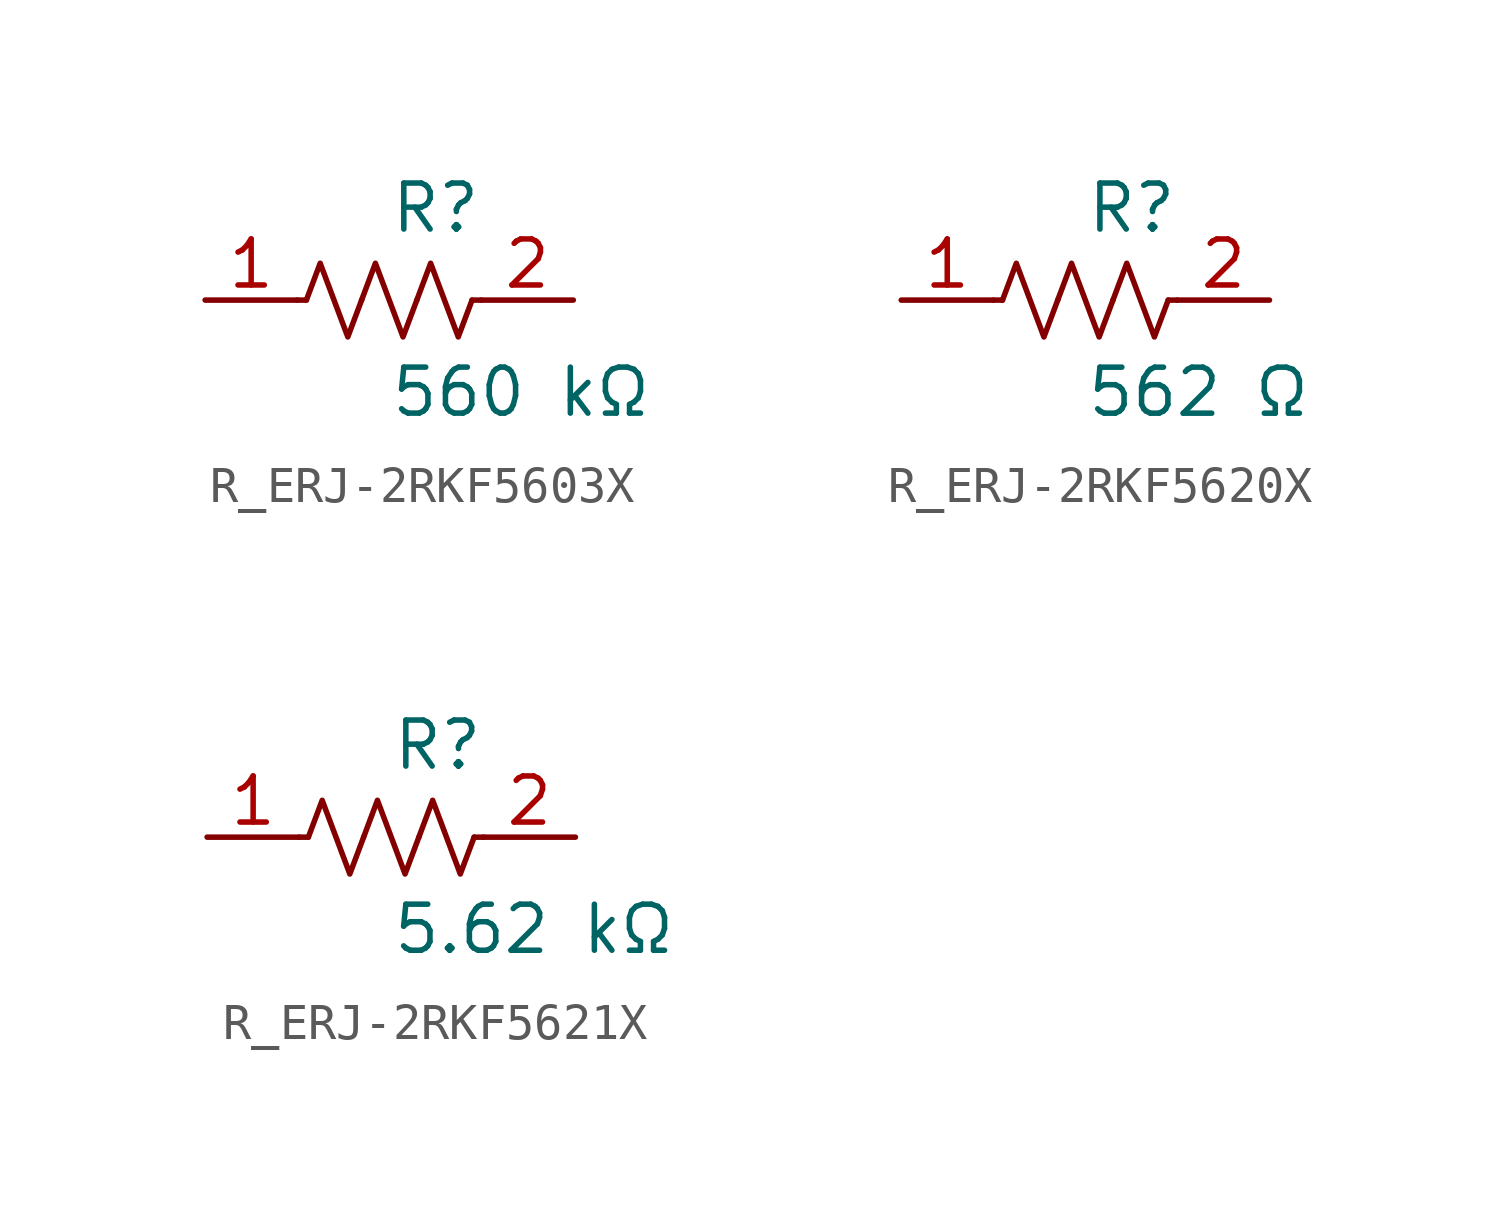
<source format=kicad_sym>
(kicad_symbol_lib
  (version 20231120)
  (generator kicad_symbol_editor)
  (generator_version 8.0)
  (symbol "R_ERJ-2RKF5603X"
    (pin_names
      (offset 0.254))
    (property "Reference" "R"
      (at 0 2.54 0)
      (effects (font (size 1.27 1.27)) (justify left)))
    (property "Value" "560 kΩ"
      (at 0 -2.54 0)
      (effects (font (size 1.27 1.27)) (justify left)))
    (symbol "R_ERJ-2RKF5603X_0_1"
      (polyline (pts (xy 2.286 0) (xy 2.54 0)) (stroke (width 0) (type default)) (fill (type none)))
      (polyline (pts (xy -2.286 0) (xy -2.54 0)) (stroke (width 0) (type default)) (fill (type none)))
      (polyline (pts (xy 0.762 0) (xy 1.143 1.016) (xy 1.524 0) (xy 1.905 -1.016) (xy 2.286 0)) (stroke (width 0) (type default)) (fill (type none)))
      (polyline (pts (xy -0.762 0) (xy -0.381 1.016) (xy 0 0) (xy 0.381 -1.016) (xy 0.762 0)) (stroke (width 0) (type default)) (fill (type none)))
      (polyline (pts (xy -2.286 0) (xy -1.905 1.016) (xy -1.524 0) (xy -1.143 -1.016) (xy -0.762 0)) (stroke (width 0) (type default)) (fill (type none))))
    (pin passive line
      (at -5.08 0 0)
      (length 2.54)
      (name "" (effects (font (size 1.27 1.27))))
      (number "1" (effects (font (size 1.27 1.27)))))
    (pin passive line
      (at 5.08 0 180)
      (length 2.54)
      (name "" (effects (font (size 1.27 1.27))))
      (number "2" (effects (font (size 1.27 1.27))))))
  (symbol "R_ERJ-2RKF5620X"
    (pin_names
      (offset 0.254))
    (property "Reference" "R"
      (at 0 2.54 0)
      (effects (font (size 1.27 1.27)) (justify left)))
    (property "Value" "562 Ω"
      (at 0 -2.54 0)
      (effects (font (size 1.27 1.27)) (justify left)))
    (symbol "R_ERJ-2RKF5620X_0_1"
      (polyline (pts (xy 2.286 0) (xy 2.54 0)) (stroke (width 0) (type default)) (fill (type none)))
      (polyline (pts (xy -2.286 0) (xy -2.54 0)) (stroke (width 0) (type default)) (fill (type none)))
      (polyline (pts (xy 0.762 0) (xy 1.143 1.016) (xy 1.524 0) (xy 1.905 -1.016) (xy 2.286 0)) (stroke (width 0) (type default)) (fill (type none)))
      (polyline (pts (xy -0.762 0) (xy -0.381 1.016) (xy 0 0) (xy 0.381 -1.016) (xy 0.762 0)) (stroke (width 0) (type default)) (fill (type none)))
      (polyline (pts (xy -2.286 0) (xy -1.905 1.016) (xy -1.524 0) (xy -1.143 -1.016) (xy -0.762 0)) (stroke (width 0) (type default)) (fill (type none))))
    (pin passive line
      (at -5.08 0 0)
      (length 2.54)
      (name "" (effects (font (size 1.27 1.27))))
      (number "1" (effects (font (size 1.27 1.27)))))
    (pin passive line
      (at 5.08 0 180)
      (length 2.54)
      (name "" (effects (font (size 1.27 1.27))))
      (number "2" (effects (font (size 1.27 1.27))))))
  (symbol "R_ERJ-2RKF5621X"
    (pin_names
      (offset 0.254))
    (property "Reference" "R"
      (at 0 2.54 0)
      (effects (font (size 1.27 1.27)) (justify left)))
    (property "Value" "5.62 kΩ"
      (at 0 -2.54 0)
      (effects (font (size 1.27 1.27)) (justify left)))
    (symbol "R_ERJ-2RKF5621X_0_1"
      (polyline (pts (xy 2.286 0) (xy 2.54 0)) (stroke (width 0) (type default)) (fill (type none)))
      (polyline (pts (xy -2.286 0) (xy -2.54 0)) (stroke (width 0) (type default)) (fill (type none)))
      (polyline (pts (xy 0.762 0) (xy 1.143 1.016) (xy 1.524 0) (xy 1.905 -1.016) (xy 2.286 0)) (stroke (width 0) (type default)) (fill (type none)))
      (polyline (pts (xy -0.762 0) (xy -0.381 1.016) (xy 0 0) (xy 0.381 -1.016) (xy 0.762 0)) (stroke (width 0) (type default)) (fill (type none)))
      (polyline (pts (xy -2.286 0) (xy -1.905 1.016) (xy -1.524 0) (xy -1.143 -1.016) (xy -0.762 0)) (stroke (width 0) (type default)) (fill (type none))))
    (pin passive line
      (at -5.08 0 0)
      (length 2.54)
      (name "" (effects (font (size 1.27 1.27))))
      (number "1" (effects (font (size 1.27 1.27)))))
    (pin passive line
      (at 5.08 0 180)
      (length 2.54)
      (name "" (effects (font (size 1.27 1.27))))
      (number "2" (effects (font (size 1.27 1.27)))))))
</source>
